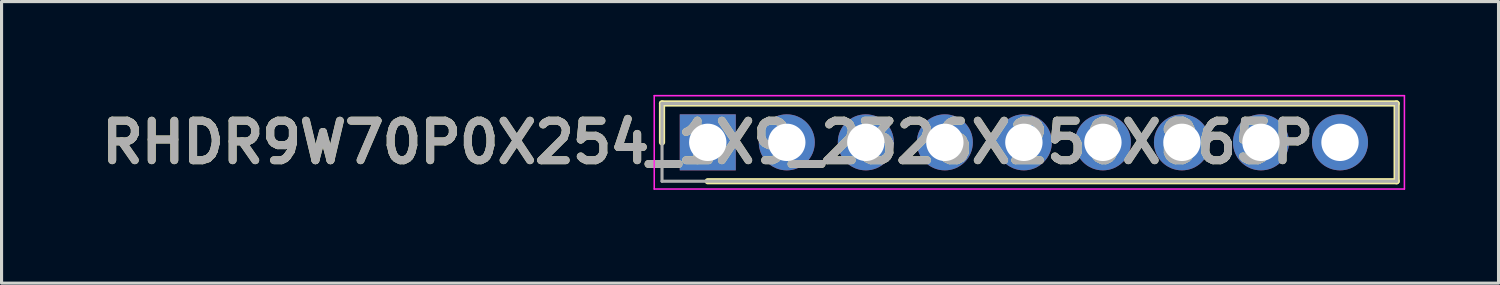
<source format=kicad_pcb>
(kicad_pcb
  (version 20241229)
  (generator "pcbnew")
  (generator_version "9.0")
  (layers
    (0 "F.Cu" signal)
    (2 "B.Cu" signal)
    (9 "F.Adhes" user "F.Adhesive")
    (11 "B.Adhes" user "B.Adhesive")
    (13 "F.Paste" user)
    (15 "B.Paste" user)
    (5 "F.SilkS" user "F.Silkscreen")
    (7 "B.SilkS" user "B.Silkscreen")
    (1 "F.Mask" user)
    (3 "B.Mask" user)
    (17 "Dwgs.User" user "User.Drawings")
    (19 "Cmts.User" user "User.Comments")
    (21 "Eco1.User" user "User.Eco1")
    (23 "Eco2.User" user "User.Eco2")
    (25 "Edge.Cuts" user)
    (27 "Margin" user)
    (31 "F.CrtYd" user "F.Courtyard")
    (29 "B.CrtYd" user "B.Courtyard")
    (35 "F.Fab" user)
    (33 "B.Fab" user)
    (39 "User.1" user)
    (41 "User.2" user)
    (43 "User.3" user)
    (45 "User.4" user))
  (footprint "RHDR9W70P0X254_1X9_2326X250X865P"
    (layer "F.Cu")
    (at 19.697 1.525)
    (property "Reference" "RHDR9W70P0X254_1X9_2326X250X865P" (at 0 0 0) (layer "F.SilkS") (effects (font (size 1.27 1.27) (thickness 0.254))))
    (attr through_hole)
    (fp_line (start -1.47 -1.25) (end -1.47 0) (stroke (width 0.2) (type solid)) (layer "F.SilkS"))
    (fp_line (start 0 1.25) (end 22.14 1.25) (stroke (width 0.2) (type solid)) (layer "F.SilkS"))
    (fp_line (start 22.14 -1.25) (end -1.47 -1.25) (stroke (width 0.2) (type solid)) (layer "F.SilkS"))
    (fp_line (start 22.14 1.25) (end 22.14 -1.25) (stroke (width 0.2) (type solid)) (layer "F.SilkS"))
    (fp_line (start -1.72 -1.5) (end 22.39 -1.5) (stroke (width 0.05) (type solid)) (layer "F.CrtYd"))
    (fp_line (start -1.72 1.5) (end -1.72 -1.5) (stroke (width 0.05) (type solid)) (layer "F.CrtYd"))
    (fp_line (start 22.39 -1.5) (end 22.39 1.5) (stroke (width 0.05) (type solid)) (layer "F.CrtYd"))
    (fp_line (start 22.39 1.5) (end -1.72 1.5) (stroke (width 0.05) (type solid)) (layer "F.CrtYd"))
    (fp_line (start -1.47 -1.25) (end 22.14 -1.25) (stroke (width 0.1) (type solid)) (layer "F.Fab"))
    (fp_line (start -1.47 1.25) (end -1.47 -1.25) (stroke (width 0.1) (type solid)) (layer "F.Fab"))
    (fp_line (start 22.14 -1.25) (end 22.14 1.25) (stroke (width 0.1) (type solid)) (layer "F.Fab"))
    (fp_line (start 22.14 1.25) (end -1.47 1.25) (stroke (width 0.1) (type solid)) (layer "F.Fab"))
    (fp_text user "${REFERENCE}" (at 0 0 0) (layer "F.Fab") (effects (font (size 1.27 1.27) (thickness 0.254))))
    (pad "1" thru_hole rect (at 0 0) (size 1.8 1.8) (drill 1.2) (layers "*.Cu" "*.Mask"))
    (pad "2" thru_hole circle (at 2.54 0) (size 1.8 1.8) (drill 1.2) (layers "*.Cu" "*.Mask"))
    (pad "3" thru_hole circle (at 5.08 0) (size 1.8 1.8) (drill 1.2) (layers "*.Cu" "*.Mask"))
    (pad "4" thru_hole circle (at 7.62 0) (size 1.8 1.8) (drill 1.2) (layers "*.Cu" "*.Mask"))
    (pad "5" thru_hole circle (at 10.16 0) (size 1.8 1.8) (drill 1.2) (layers "*.Cu" "*.Mask"))
    (pad "6" thru_hole circle (at 12.7 0) (size 1.8 1.8) (drill 1.2) (layers "*.Cu" "*.Mask"))
    (pad "7" thru_hole circle (at 15.24 0) (size 1.8 1.8) (drill 1.2) (layers "*.Cu" "*.Mask"))
    (pad "8" thru_hole circle (at 17.78 0) (size 1.8 1.8) (drill 1.2) (layers "*.Cu" "*.Mask"))
    (pad "9" thru_hole circle (at 20.32 0) (size 1.8 1.8) (drill 1.2) (layers "*.Cu" "*.Mask")))
  (gr_rect
    (start -3 -3)
    (end 45.112 6.05)
    (stroke (width 0.1) (type default))
    (fill no)
    (layer "Edge.Cuts")))
</source>
